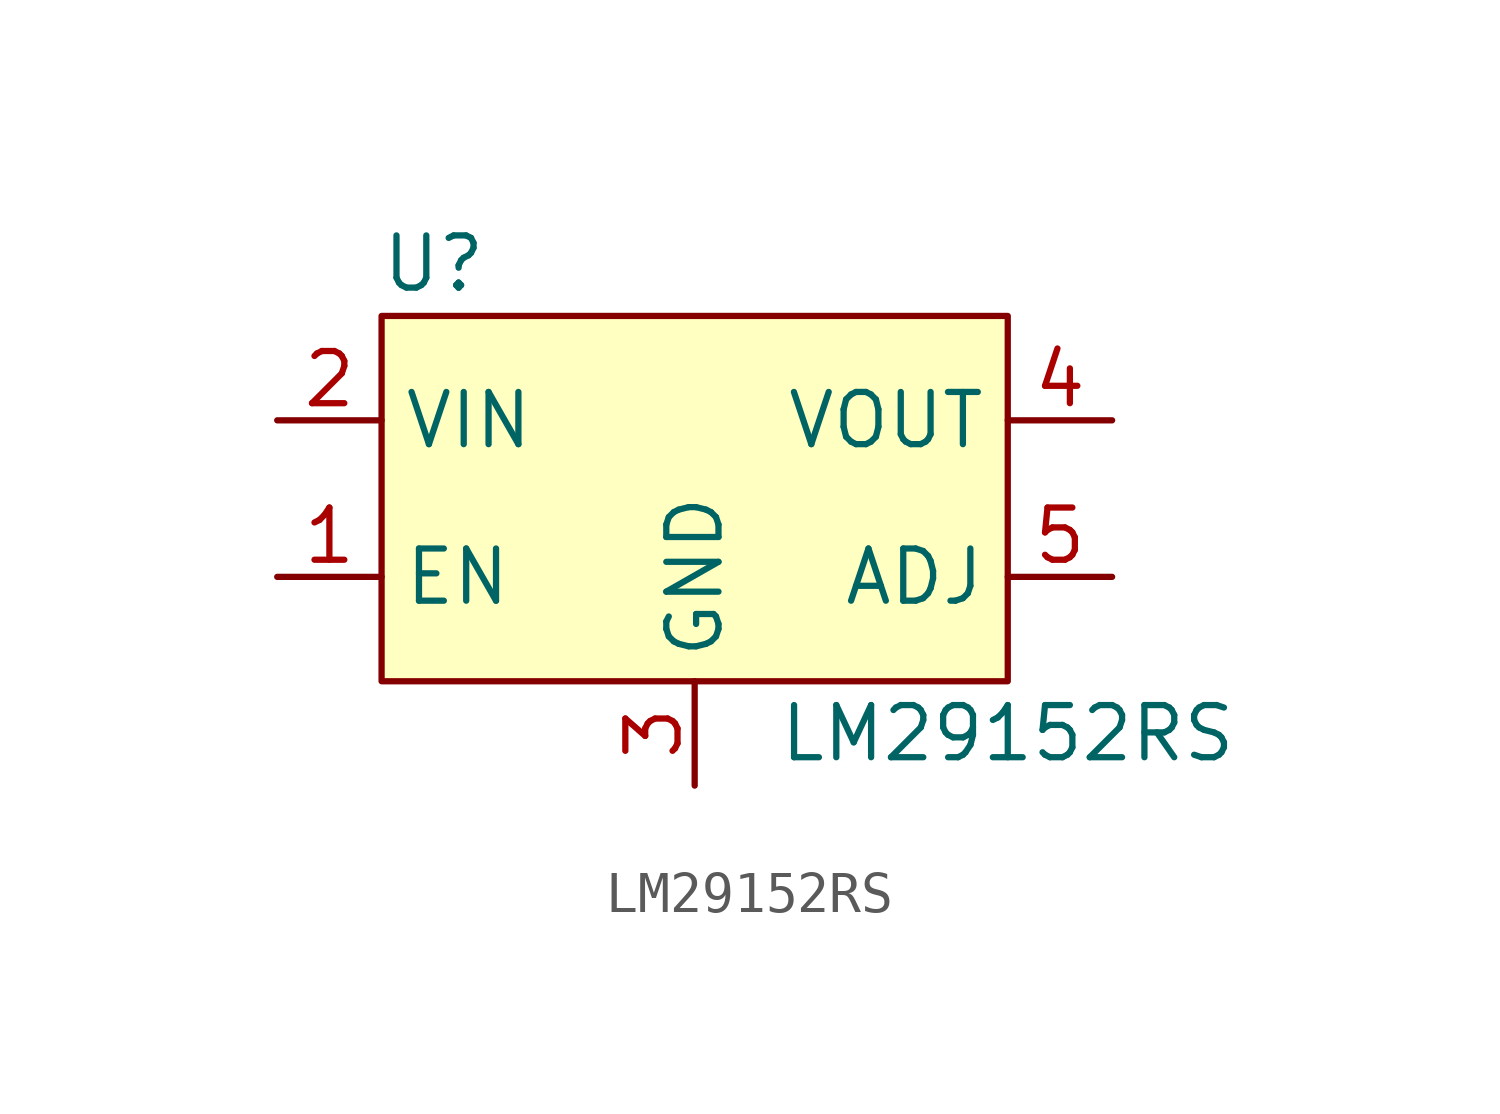
<source format=kicad_sym>
(kicad_symbol_lib
  (version 20211014)
  (generator kicad_symbol_editor)
  (symbol "LM29152RS"
    (property "Reference" "U"
      (at -6.35 7.62 0)
      (effects (font (size 1.27 1.27))))
    (property "Value" "LM29152RS"
      (at 7.62 -3.81 0)
      (effects (font (size 1.27 1.27))))
    (symbol "LM29152RS_0_1"
      (rectangle (start -7.62 6.35) (end 7.62 -2.54) (stroke (width 0) (type default) (color 0 0 0 0)) (fill (type background))))
    (symbol "LM29152RS_1_1"
      (pin input line (at -10.16 0 0) (length 2.54) (name "EN" (effects (font (size 1.27 1.27)))) (number "1" (effects (font (size 1.27 1.27)))))
      (pin power_in line (at -10.16 3.81 0) (length 2.54) (name "VIN" (effects (font (size 1.27 1.27)))) (number "2" (effects (font (size 1.27 1.27)))))
      (pin power_in line (at 0 -5.08 90) (length 2.54) (name "GND" (effects (font (size 1.27 1.27)))) (number "3" (effects (font (size 1.27 1.27)))))
      (pin power_out line (at 10.16 3.81 180) (length 2.54) (name "VOUT" (effects (font (size 1.27 1.27)))) (number "4" (effects (font (size 1.27 1.27)))))
      (pin input line (at 10.16 0 180) (length 2.54) (name "ADJ" (effects (font (size 1.27 1.27)))) (number "5" (effects (font (size 1.27 1.27))))))))
</source>
